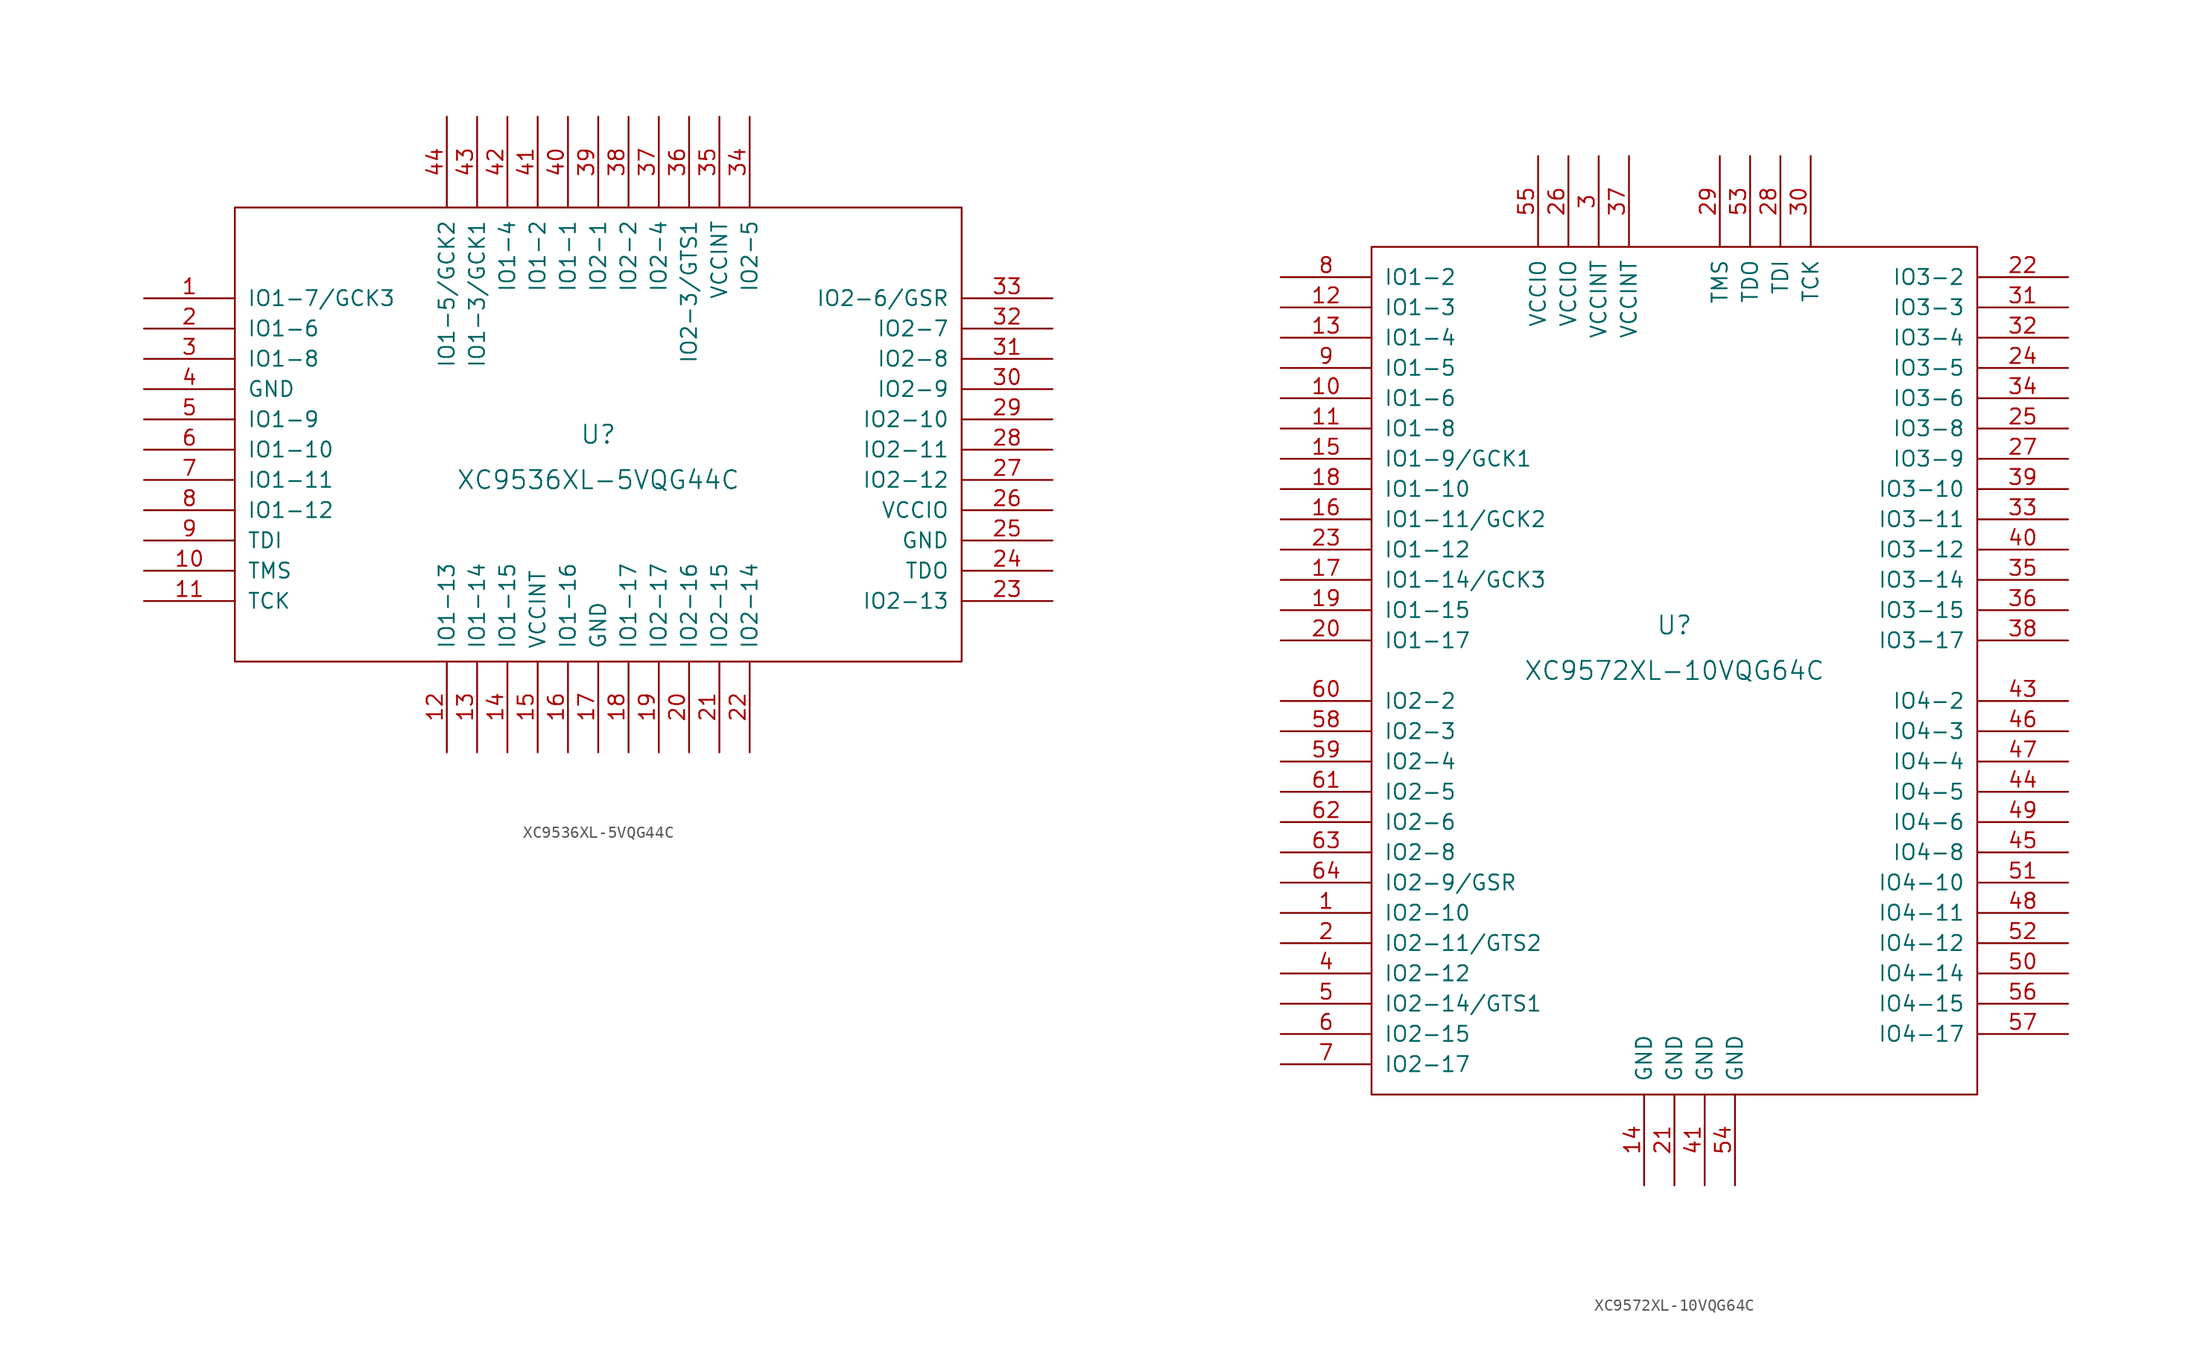
<source format=kicad_sym>
(kicad_symbol_lib
  (version 20211014)
  (generator kicad_symbol_editor)
  (symbol "XC9536XL-5VQG44C"
    (pin_names
      (offset 1.016))
    (property "Reference" "U"
      (at 0 1.27 0)
      (effects (font (size 1.524 1.524))))
    (property "Value" "XC9536XL-5VQG44C"
      (at 0 -2.54 0)
      (effects (font (size 1.524 1.524))))
    (property "Footprint" ""
      (at 0 1.27 0)
      (effects (font (size 1.524 1.524))))
    (property "Datasheet" ""
      (at 0 1.27 0)
      (effects (font (size 1.524 1.524))))
    (symbol "XC9536XL-5VQG44C_0_1"
      (rectangle (start -30.48 20.32) (end 30.48 -17.78) (stroke (width 0) (type default) (color 0 0 0 0)) (fill (type none))))
    (symbol "XC9536XL-5VQG44C_1_1"
      (pin tri_state line (at -38.1 12.7 0) (length 7.62) (name "IO1-7/GCK3" (effects (font (size 1.27 1.27)))) (number "1" (effects (font (size 1.27 1.27)))))
      (pin bidirectional line (at -38.1 -10.16 0) (length 7.62) (name "TMS" (effects (font (size 1.27 1.27)))) (number "10" (effects (font (size 1.27 1.27)))))
      (pin bidirectional line (at -38.1 -12.7 0) (length 7.62) (name "TCK" (effects (font (size 1.27 1.27)))) (number "11" (effects (font (size 1.27 1.27)))))
      (pin tri_state line (at -12.7 -25.4 90) (length 7.62) (name "IO1-13" (effects (font (size 1.27 1.27)))) (number "12" (effects (font (size 1.27 1.27)))))
      (pin tri_state line (at -10.16 -25.4 90) (length 7.62) (name "IO1-14" (effects (font (size 1.27 1.27)))) (number "13" (effects (font (size 1.27 1.27)))))
      (pin tri_state line (at -7.62 -25.4 90) (length 7.62) (name "IO1-15" (effects (font (size 1.27 1.27)))) (number "14" (effects (font (size 1.27 1.27)))))
      (pin power_in line (at -5.08 -25.4 90) (length 7.62) (name "VCCINT" (effects (font (size 1.27 1.27)))) (number "15" (effects (font (size 1.27 1.27)))))
      (pin tri_state line (at -2.54 -25.4 90) (length 7.62) (name "IO1-16" (effects (font (size 1.27 1.27)))) (number "16" (effects (font (size 1.27 1.27)))))
      (pin passive line (at 0 -25.4 90) (length 7.62) (name "GND" (effects (font (size 1.27 1.27)))) (number "17" (effects (font (size 1.27 1.27)))))
      (pin tri_state line (at 2.54 -25.4 90) (length 7.62) (name "IO1-17" (effects (font (size 1.27 1.27)))) (number "18" (effects (font (size 1.27 1.27)))))
      (pin tri_state line (at 5.08 -25.4 90) (length 7.62) (name "IO2-17" (effects (font (size 1.27 1.27)))) (number "19" (effects (font (size 1.27 1.27)))))
      (pin tri_state line (at -38.1 10.16 0) (length 7.62) (name "IO1-6" (effects (font (size 1.27 1.27)))) (number "2" (effects (font (size 1.27 1.27)))))
      (pin tri_state line (at 7.62 -25.4 90) (length 7.62) (name "IO2-16" (effects (font (size 1.27 1.27)))) (number "20" (effects (font (size 1.27 1.27)))))
      (pin tri_state line (at 10.16 -25.4 90) (length 7.62) (name "IO2-15" (effects (font (size 1.27 1.27)))) (number "21" (effects (font (size 1.27 1.27)))))
      (pin tri_state line (at 12.7 -25.4 90) (length 7.62) (name "IO2-14" (effects (font (size 1.27 1.27)))) (number "22" (effects (font (size 1.27 1.27)))))
      (pin tri_state line (at 38.1 -12.7 180) (length 7.62) (name "IO2-13" (effects (font (size 1.27 1.27)))) (number "23" (effects (font (size 1.27 1.27)))))
      (pin bidirectional line (at 38.1 -10.16 180) (length 7.62) (name "TDO" (effects (font (size 1.27 1.27)))) (number "24" (effects (font (size 1.27 1.27)))))
      (pin passive line (at 38.1 -7.62 180) (length 7.62) (name "GND" (effects (font (size 1.27 1.27)))) (number "25" (effects (font (size 1.27 1.27)))))
      (pin power_in line (at 38.1 -5.08 180) (length 7.62) (name "VCCIO" (effects (font (size 1.27 1.27)))) (number "26" (effects (font (size 1.27 1.27)))))
      (pin tri_state line (at 38.1 -2.54 180) (length 7.62) (name "IO2-12" (effects (font (size 1.27 1.27)))) (number "27" (effects (font (size 1.27 1.27)))))
      (pin tri_state line (at 38.1 0 180) (length 7.62) (name "IO2-11" (effects (font (size 1.27 1.27)))) (number "28" (effects (font (size 1.27 1.27)))))
      (pin tri_state line (at 38.1 2.54 180) (length 7.62) (name "IO2-10" (effects (font (size 1.27 1.27)))) (number "29" (effects (font (size 1.27 1.27)))))
      (pin tri_state line (at -38.1 7.62 0) (length 7.62) (name "IO1-8" (effects (font (size 1.27 1.27)))) (number "3" (effects (font (size 1.27 1.27)))))
      (pin tri_state line (at 38.1 5.08 180) (length 7.62) (name "IO2-9" (effects (font (size 1.27 1.27)))) (number "30" (effects (font (size 1.27 1.27)))))
      (pin tri_state line (at 38.1 7.62 180) (length 7.62) (name "IO2-8" (effects (font (size 1.27 1.27)))) (number "31" (effects (font (size 1.27 1.27)))))
      (pin tri_state line (at 38.1 10.16 180) (length 7.62) (name "IO2-7" (effects (font (size 1.27 1.27)))) (number "32" (effects (font (size 1.27 1.27)))))
      (pin tri_state line (at 38.1 12.7 180) (length 7.62) (name "IO2-6/GSR" (effects (font (size 1.27 1.27)))) (number "33" (effects (font (size 1.27 1.27)))))
      (pin tri_state line (at 12.7 27.94 270) (length 7.62) (name "IO2-5" (effects (font (size 1.27 1.27)))) (number "34" (effects (font (size 1.27 1.27)))))
      (pin power_in line (at 10.16 27.94 270) (length 7.62) (name "VCCINT" (effects (font (size 1.27 1.27)))) (number "35" (effects (font (size 1.27 1.27)))))
      (pin tri_state line (at 7.62 27.94 270) (length 7.62) (name "IO2-3/GTS1" (effects (font (size 1.27 1.27)))) (number "36" (effects (font (size 1.27 1.27)))))
      (pin tri_state line (at 5.08 27.94 270) (length 7.62) (name "IO2-4" (effects (font (size 1.27 1.27)))) (number "37" (effects (font (size 1.27 1.27)))))
      (pin tri_state line (at 2.54 27.94 270) (length 7.62) (name "IO2-2" (effects (font (size 1.27 1.27)))) (number "38" (effects (font (size 1.27 1.27)))))
      (pin tri_state line (at 0 27.94 270) (length 7.62) (name "IO2-1" (effects (font (size 1.27 1.27)))) (number "39" (effects (font (size 1.27 1.27)))))
      (pin passive line (at -38.1 5.08 0) (length 7.62) (name "GND" (effects (font (size 1.27 1.27)))) (number "4" (effects (font (size 1.27 1.27)))))
      (pin tri_state line (at -2.54 27.94 270) (length 7.62) (name "IO1-1" (effects (font (size 1.27 1.27)))) (number "40" (effects (font (size 1.27 1.27)))))
      (pin tri_state line (at -5.08 27.94 270) (length 7.62) (name "IO1-2" (effects (font (size 1.27 1.27)))) (number "41" (effects (font (size 1.27 1.27)))))
      (pin tri_state line (at -7.62 27.94 270) (length 7.62) (name "IO1-4" (effects (font (size 1.27 1.27)))) (number "42" (effects (font (size 1.27 1.27)))))
      (pin tri_state line (at -10.16 27.94 270) (length 7.62) (name "IO1-3/GCK1" (effects (font (size 1.27 1.27)))) (number "43" (effects (font (size 1.27 1.27)))))
      (pin tri_state line (at -12.7 27.94 270) (length 7.62) (name "IO1-5/GCK2" (effects (font (size 1.27 1.27)))) (number "44" (effects (font (size 1.27 1.27)))))
      (pin tri_state line (at -38.1 2.54 0) (length 7.62) (name "IO1-9" (effects (font (size 1.27 1.27)))) (number "5" (effects (font (size 1.27 1.27)))))
      (pin tri_state line (at -38.1 0 0) (length 7.62) (name "IO1-10" (effects (font (size 1.27 1.27)))) (number "6" (effects (font (size 1.27 1.27)))))
      (pin tri_state line (at -38.1 -2.54 0) (length 7.62) (name "IO1-11" (effects (font (size 1.27 1.27)))) (number "7" (effects (font (size 1.27 1.27)))))
      (pin tri_state line (at -38.1 -5.08 0) (length 7.62) (name "IO1-12" (effects (font (size 1.27 1.27)))) (number "8" (effects (font (size 1.27 1.27)))))
      (pin bidirectional line (at -38.1 -7.62 0) (length 7.62) (name "TDI" (effects (font (size 1.27 1.27)))) (number "9" (effects (font (size 1.27 1.27)))))))
  (symbol "XC9572XL-10VQG64C"
    (pin_names
      (offset 1.016))
    (property "Reference" "U"
      (at 0 3.81 0)
      (effects (font (size 1.524 1.524))))
    (property "Value" "XC9572XL-10VQG64C"
      (at 0 0 0)
      (effects (font (size 1.524 1.524))))
    (property "Footprint" ""
      (at 0 0 0)
      (effects (font (size 1.524 1.524))))
    (property "Datasheet" ""
      (at 0 0 0)
      (effects (font (size 1.524 1.524))))
    (symbol "XC9572XL-10VQG64C_0_1"
      (rectangle (start -25.4 35.56) (end 25.4 -35.56) (stroke (width 0) (type default) (color 0 0 0 0)) (fill (type none))))
    (symbol "XC9572XL-10VQG64C_1_1"
      (pin tri_state line (at -33.02 -20.32 0) (length 7.62) (name "IO2-10" (effects (font (size 1.27 1.27)))) (number "1" (effects (font (size 1.27 1.27)))))
      (pin tri_state line (at -33.02 22.86 0) (length 7.62) (name "IO1-6" (effects (font (size 1.27 1.27)))) (number "10" (effects (font (size 1.27 1.27)))))
      (pin tri_state line (at -33.02 20.32 0) (length 7.62) (name "IO1-8" (effects (font (size 1.27 1.27)))) (number "11" (effects (font (size 1.27 1.27)))))
      (pin tri_state line (at -33.02 30.48 0) (length 7.62) (name "IO1-3" (effects (font (size 1.27 1.27)))) (number "12" (effects (font (size 1.27 1.27)))))
      (pin tri_state line (at -33.02 27.94 0) (length 7.62) (name "IO1-4" (effects (font (size 1.27 1.27)))) (number "13" (effects (font (size 1.27 1.27)))))
      (pin passive line (at -2.54 -43.18 90) (length 7.62) (name "GND" (effects (font (size 1.27 1.27)))) (number "14" (effects (font (size 1.27 1.27)))))
      (pin tri_state line (at -33.02 17.78 0) (length 7.62) (name "IO1-9/GCK1" (effects (font (size 1.27 1.27)))) (number "15" (effects (font (size 1.27 1.27)))))
      (pin tri_state line (at -33.02 12.7 0) (length 7.62) (name "IO1-11/GCK2" (effects (font (size 1.27 1.27)))) (number "16" (effects (font (size 1.27 1.27)))))
      (pin tri_state line (at -33.02 7.62 0) (length 7.62) (name "IO1-14/GCK3" (effects (font (size 1.27 1.27)))) (number "17" (effects (font (size 1.27 1.27)))))
      (pin tri_state line (at -33.02 15.24 0) (length 7.62) (name "IO1-10" (effects (font (size 1.27 1.27)))) (number "18" (effects (font (size 1.27 1.27)))))
      (pin tri_state line (at -33.02 5.08 0) (length 7.62) (name "IO1-15" (effects (font (size 1.27 1.27)))) (number "19" (effects (font (size 1.27 1.27)))))
      (pin tri_state line (at -33.02 -22.86 0) (length 7.62) (name "IO2-11/GTS2" (effects (font (size 1.27 1.27)))) (number "2" (effects (font (size 1.27 1.27)))))
      (pin tri_state line (at -33.02 2.54 0) (length 7.62) (name "IO1-17" (effects (font (size 1.27 1.27)))) (number "20" (effects (font (size 1.27 1.27)))))
      (pin passive line (at 0 -43.18 90) (length 7.62) (name "GND" (effects (font (size 1.27 1.27)))) (number "21" (effects (font (size 1.27 1.27)))))
      (pin tri_state line (at 33.02 33.02 180) (length 7.62) (name "IO3-2" (effects (font (size 1.27 1.27)))) (number "22" (effects (font (size 1.27 1.27)))))
      (pin tri_state line (at -33.02 10.16 0) (length 7.62) (name "IO1-12" (effects (font (size 1.27 1.27)))) (number "23" (effects (font (size 1.27 1.27)))))
      (pin tri_state line (at 33.02 25.4 180) (length 7.62) (name "IO3-5" (effects (font (size 1.27 1.27)))) (number "24" (effects (font (size 1.27 1.27)))))
      (pin tri_state line (at 33.02 20.32 180) (length 7.62) (name "IO3-8" (effects (font (size 1.27 1.27)))) (number "25" (effects (font (size 1.27 1.27)))))
      (pin power_in line (at -8.89 43.18 270) (length 7.62) (name "VCCIO" (effects (font (size 1.27 1.27)))) (number "26" (effects (font (size 1.27 1.27)))))
      (pin tri_state line (at 33.02 17.78 180) (length 7.62) (name "IO3-9" (effects (font (size 1.27 1.27)))) (number "27" (effects (font (size 1.27 1.27)))))
      (pin input line (at 8.89 43.18 270) (length 7.62) (name "TDI" (effects (font (size 1.27 1.27)))) (number "28" (effects (font (size 1.27 1.27)))))
      (pin input line (at 3.81 43.18 270) (length 7.62) (name "TMS" (effects (font (size 1.27 1.27)))) (number "29" (effects (font (size 1.27 1.27)))))
      (pin power_in line (at -6.35 43.18 270) (length 7.62) (name "VCCINT" (effects (font (size 1.27 1.27)))) (number "3" (effects (font (size 1.27 1.27)))))
      (pin input line (at 11.43 43.18 270) (length 7.62) (name "TCK" (effects (font (size 1.27 1.27)))) (number "30" (effects (font (size 1.27 1.27)))))
      (pin tri_state line (at 33.02 30.48 180) (length 7.62) (name "IO3-3" (effects (font (size 1.27 1.27)))) (number "31" (effects (font (size 1.27 1.27)))))
      (pin tri_state line (at 33.02 27.94 180) (length 7.62) (name "IO3-4" (effects (font (size 1.27 1.27)))) (number "32" (effects (font (size 1.27 1.27)))))
      (pin tri_state line (at 33.02 12.7 180) (length 7.62) (name "IO3-11" (effects (font (size 1.27 1.27)))) (number "33" (effects (font (size 1.27 1.27)))))
      (pin tri_state line (at 33.02 22.86 180) (length 7.62) (name "IO3-6" (effects (font (size 1.27 1.27)))) (number "34" (effects (font (size 1.27 1.27)))))
      (pin tri_state line (at 33.02 7.62 180) (length 7.62) (name "IO3-14" (effects (font (size 1.27 1.27)))) (number "35" (effects (font (size 1.27 1.27)))))
      (pin tri_state line (at 33.02 5.08 180) (length 7.62) (name "IO3-15" (effects (font (size 1.27 1.27)))) (number "36" (effects (font (size 1.27 1.27)))))
      (pin power_in line (at -3.81 43.18 270) (length 7.62) (name "VCCINT" (effects (font (size 1.27 1.27)))) (number "37" (effects (font (size 1.27 1.27)))))
      (pin tri_state line (at 33.02 2.54 180) (length 7.62) (name "IO3-17" (effects (font (size 1.27 1.27)))) (number "38" (effects (font (size 1.27 1.27)))))
      (pin tri_state line (at 33.02 15.24 180) (length 7.62) (name "IO3-10" (effects (font (size 1.27 1.27)))) (number "39" (effects (font (size 1.27 1.27)))))
      (pin tri_state line (at -33.02 -25.4 0) (length 7.62) (name "IO2-12" (effects (font (size 1.27 1.27)))) (number "4" (effects (font (size 1.27 1.27)))))
      (pin tri_state line (at 33.02 10.16 180) (length 7.62) (name "IO3-12" (effects (font (size 1.27 1.27)))) (number "40" (effects (font (size 1.27 1.27)))))
      (pin passive line (at 2.54 -43.18 90) (length 7.62) (name "GND" (effects (font (size 1.27 1.27)))) (number "41" (effects (font (size 1.27 1.27)))))
      (pin tri_state line (at 33.02 -2.54 180) (length 7.62) (name "IO4-2" (effects (font (size 1.27 1.27)))) (number "43" (effects (font (size 1.27 1.27)))))
      (pin tri_state line (at 33.02 -10.16 180) (length 7.62) (name "IO4-5" (effects (font (size 1.27 1.27)))) (number "44" (effects (font (size 1.27 1.27)))))
      (pin tri_state line (at 33.02 -15.24 180) (length 7.62) (name "IO4-8" (effects (font (size 1.27 1.27)))) (number "45" (effects (font (size 1.27 1.27)))))
      (pin tri_state line (at 33.02 -5.08 180) (length 7.62) (name "IO4-3" (effects (font (size 1.27 1.27)))) (number "46" (effects (font (size 1.27 1.27)))))
      (pin tri_state line (at 33.02 -7.62 180) (length 7.62) (name "IO4-4" (effects (font (size 1.27 1.27)))) (number "47" (effects (font (size 1.27 1.27)))))
      (pin tri_state line (at 33.02 -20.32 180) (length 7.62) (name "IO4-11" (effects (font (size 1.27 1.27)))) (number "48" (effects (font (size 1.27 1.27)))))
      (pin tri_state line (at 33.02 -12.7 180) (length 7.62) (name "IO4-6" (effects (font (size 1.27 1.27)))) (number "49" (effects (font (size 1.27 1.27)))))
      (pin tri_state line (at -33.02 -27.94 0) (length 7.62) (name "IO2-14/GTS1" (effects (font (size 1.27 1.27)))) (number "5" (effects (font (size 1.27 1.27)))))
      (pin tri_state line (at 33.02 -25.4 180) (length 7.62) (name "IO4-14" (effects (font (size 1.27 1.27)))) (number "50" (effects (font (size 1.27 1.27)))))
      (pin tri_state line (at 33.02 -17.78 180) (length 7.62) (name "IO4-10" (effects (font (size 1.27 1.27)))) (number "51" (effects (font (size 1.27 1.27)))))
      (pin tri_state line (at 33.02 -22.86 180) (length 7.62) (name "IO4-12" (effects (font (size 1.27 1.27)))) (number "52" (effects (font (size 1.27 1.27)))))
      (pin output line (at 6.35 43.18 270) (length 7.62) (name "TDO" (effects (font (size 1.27 1.27)))) (number "53" (effects (font (size 1.27 1.27)))))
      (pin passive line (at 5.08 -43.18 90) (length 7.62) (name "GND" (effects (font (size 1.27 1.27)))) (number "54" (effects (font (size 1.27 1.27)))))
      (pin power_in line (at -11.43 43.18 270) (length 7.62) (name "VCCIO" (effects (font (size 1.27 1.27)))) (number "55" (effects (font (size 1.27 1.27)))))
      (pin tri_state line (at 33.02 -27.94 180) (length 7.62) (name "IO4-15" (effects (font (size 1.27 1.27)))) (number "56" (effects (font (size 1.27 1.27)))))
      (pin tri_state line (at 33.02 -30.48 180) (length 7.62) (name "IO4-17" (effects (font (size 1.27 1.27)))) (number "57" (effects (font (size 1.27 1.27)))))
      (pin tri_state line (at -33.02 -5.08 0) (length 7.62) (name "IO2-3" (effects (font (size 1.27 1.27)))) (number "58" (effects (font (size 1.27 1.27)))))
      (pin tri_state line (at -33.02 -7.62 0) (length 7.62) (name "IO2-4" (effects (font (size 1.27 1.27)))) (number "59" (effects (font (size 1.27 1.27)))))
      (pin tri_state line (at -33.02 -30.48 0) (length 7.62) (name "IO2-15" (effects (font (size 1.27 1.27)))) (number "6" (effects (font (size 1.27 1.27)))))
      (pin tri_state line (at -33.02 -2.54 0) (length 7.62) (name "IO2-2" (effects (font (size 1.27 1.27)))) (number "60" (effects (font (size 1.27 1.27)))))
      (pin tri_state line (at -33.02 -10.16 0) (length 7.62) (name "IO2-5" (effects (font (size 1.27 1.27)))) (number "61" (effects (font (size 1.27 1.27)))))
      (pin tri_state line (at -33.02 -12.7 0) (length 7.62) (name "IO2-6" (effects (font (size 1.27 1.27)))) (number "62" (effects (font (size 1.27 1.27)))))
      (pin tri_state line (at -33.02 -15.24 0) (length 7.62) (name "IO2-8" (effects (font (size 1.27 1.27)))) (number "63" (effects (font (size 1.27 1.27)))))
      (pin tri_state line (at -33.02 -17.78 0) (length 7.62) (name "IO2-9/GSR" (effects (font (size 1.27 1.27)))) (number "64" (effects (font (size 1.27 1.27)))))
      (pin tri_state line (at -33.02 -33.02 0) (length 7.62) (name "IO2-17" (effects (font (size 1.27 1.27)))) (number "7" (effects (font (size 1.27 1.27)))))
      (pin tri_state line (at -33.02 33.02 0) (length 7.62) (name "IO1-2" (effects (font (size 1.27 1.27)))) (number "8" (effects (font (size 1.27 1.27)))))
      (pin tri_state line (at -33.02 25.4 0) (length 7.62) (name "IO1-5" (effects (font (size 1.27 1.27)))) (number "9" (effects (font (size 1.27 1.27))))))))
</source>
